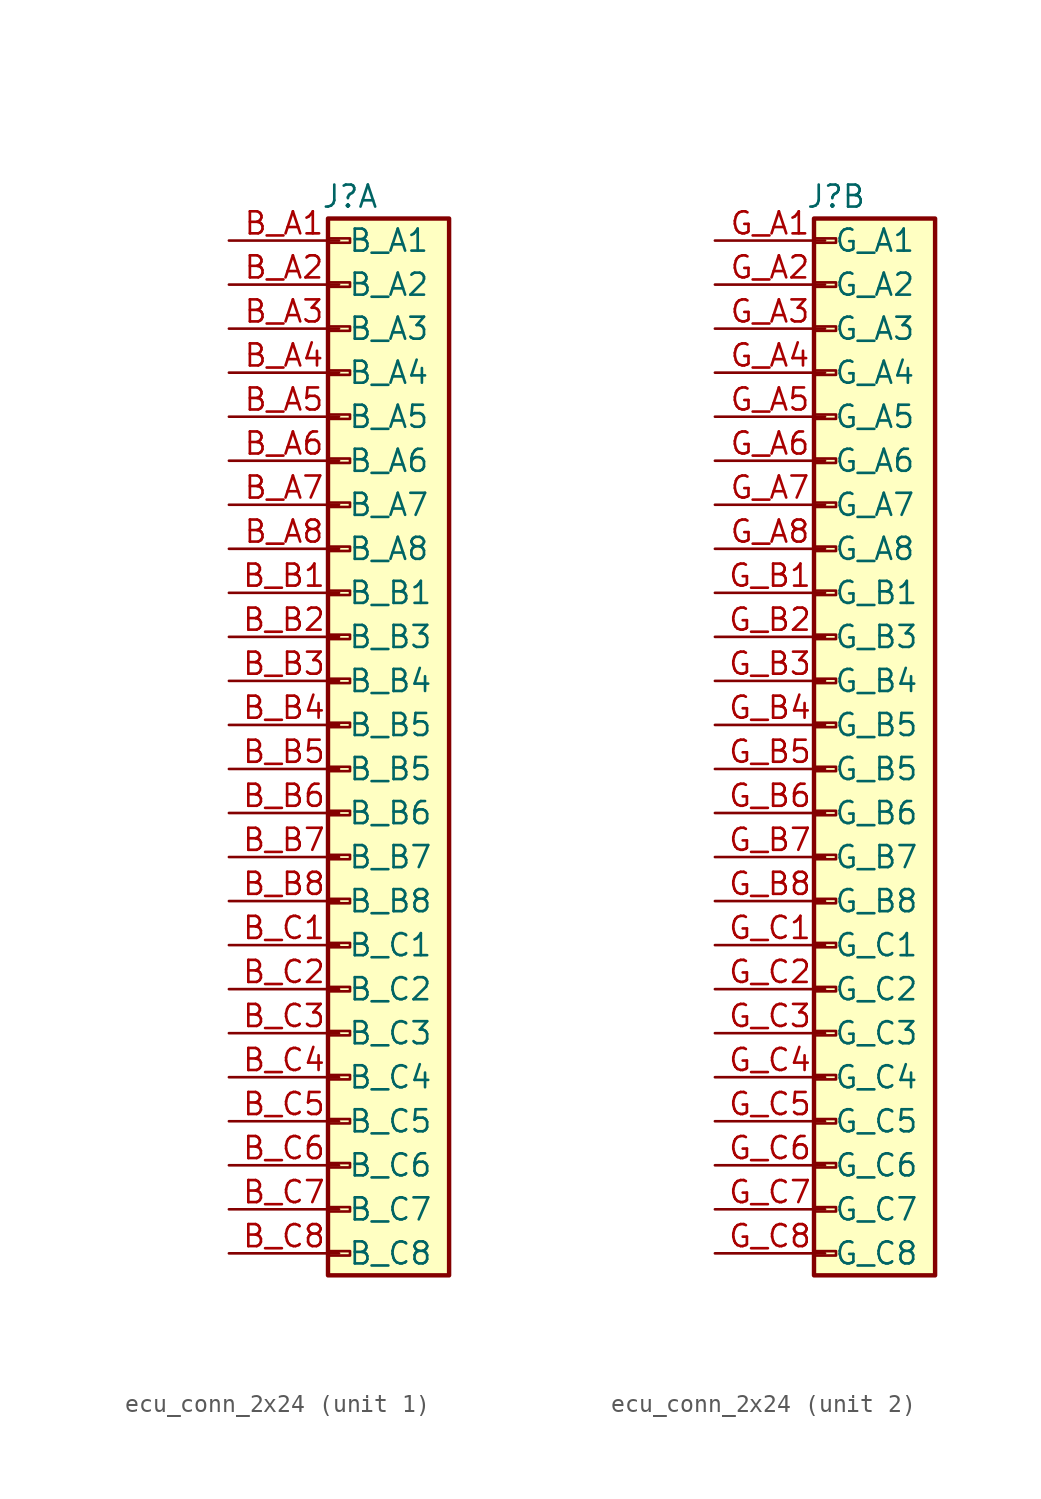
<source format=kicad_sym>
(kicad_symbol_lib
  (version 20231120)
  (generator "kicad_symbol_editor")
  (generator_version "8.0")
  (symbol "ecu_conn_2x24"
    (property "Reference" "J"
      (at 0 31.75 0)
      (effects (font (size 1.27 1.27))))
    (property "Value" ""
      (at -13.97 0 0)
      (effects (font (size 1.27 1.27))))
    (property "ki_locked" ""
      (at 0 0 0)
      (effects (font (size 1.27 1.27))))
    (symbol "ecu_conn_2x24_1_1"
      (rectangle (start -1.27 -29.083) (end 0 -29.337) (stroke (width 0.152) (type default)) (fill (type none)))
      (rectangle (start -1.27 -26.543) (end 0 -26.797) (stroke (width 0.152) (type default)) (fill (type none)))
      (rectangle (start -1.27 -24.003) (end 0 -24.257) (stroke (width 0.152) (type default)) (fill (type none)))
      (rectangle (start -1.27 -21.463) (end 0 -21.717) (stroke (width 0.152) (type default)) (fill (type none)))
      (rectangle (start -1.27 -18.923) (end 0 -19.177) (stroke (width 0.152) (type default)) (fill (type none)))
      (rectangle (start -1.27 -16.383) (end 0 -16.637) (stroke (width 0.152) (type default)) (fill (type none)))
      (rectangle (start -1.27 -13.843) (end 0 -14.097) (stroke (width 0.152) (type default)) (fill (type none)))
      (rectangle (start -1.27 -11.303) (end 0 -11.557) (stroke (width 0.152) (type default)) (fill (type none)))
      (rectangle (start -1.27 -8.763) (end 0 -9.017) (stroke (width 0.152) (type default)) (fill (type none)))
      (rectangle (start -1.27 -6.223) (end 0 -6.477) (stroke (width 0.152) (type default)) (fill (type none)))
      (rectangle (start -1.27 -3.683) (end 0 -3.937) (stroke (width 0.152) (type default)) (fill (type none)))
      (rectangle (start -1.27 -1.143) (end 0 -1.397) (stroke (width 0.152) (type default)) (fill (type none)))
      (rectangle (start -1.27 1.397) (end 0 1.143) (stroke (width 0.152) (type default)) (fill (type none)))
      (rectangle (start -1.27 3.937) (end 0 3.683) (stroke (width 0.152) (type default)) (fill (type none)))
      (rectangle (start -1.27 6.477) (end 0 6.223) (stroke (width 0.152) (type default)) (fill (type none)))
      (rectangle (start -1.27 9.017) (end 0 8.763) (stroke (width 0.152) (type default)) (fill (type none)))
      (rectangle (start -1.27 11.557) (end 0 11.303) (stroke (width 0.152) (type default)) (fill (type none)))
      (rectangle (start -1.27 14.097) (end 0 13.843) (stroke (width 0.152) (type default)) (fill (type none)))
      (rectangle (start -1.27 16.637) (end 0 16.383) (stroke (width 0.152) (type default)) (fill (type none)))
      (rectangle (start -1.27 19.177) (end 0 18.923) (stroke (width 0.152) (type default)) (fill (type none)))
      (rectangle (start -1.27 21.717) (end 0 21.463) (stroke (width 0.152) (type default)) (fill (type none)))
      (rectangle (start -1.27 24.257) (end 0 24.003) (stroke (width 0.152) (type default)) (fill (type none)))
      (rectangle (start -1.27 26.797) (end 0 26.543) (stroke (width 0.152) (type default)) (fill (type none)))
      (rectangle (start -1.27 29.337) (end 0 29.083) (stroke (width 0.152) (type default)) (fill (type none)))
      (rectangle (start -1.27 30.48) (end 5.715 -30.48) (stroke (width 0.254) (type default)) (fill (type background)))
      (pin passive line (at -6.985 29.21 0) (length 6.35) (name "B_A1" (effects (font (size 1.27 1.27)))) (number "B_A1" (effects (font (size 1.27 1.27)))))
      (pin passive line (at -6.985 26.67 0) (length 6.35) (name "B_A2" (effects (font (size 1.27 1.27)))) (number "B_A2" (effects (font (size 1.27 1.27)))))
      (pin passive line (at -6.985 24.13 0) (length 6.35) (name "B_A3" (effects (font (size 1.27 1.27)))) (number "B_A3" (effects (font (size 1.27 1.27)))))
      (pin passive line (at -6.985 21.59 0) (length 6.35) (name "B_A4" (effects (font (size 1.27 1.27)))) (number "B_A4" (effects (font (size 1.27 1.27)))))
      (pin passive line (at -6.985 19.05 0) (length 6.35) (name "B_A5" (effects (font (size 1.27 1.27)))) (number "B_A5" (effects (font (size 1.27 1.27)))))
      (pin passive line (at -6.985 16.51 0) (length 6.35) (name "B_A6" (effects (font (size 1.27 1.27)))) (number "B_A6" (effects (font (size 1.27 1.27)))))
      (pin passive line (at -6.985 13.97 0) (length 6.35) (name "B_A7" (effects (font (size 1.27 1.27)))) (number "B_A7" (effects (font (size 1.27 1.27)))))
      (pin passive line (at -6.985 11.43 0) (length 6.35) (name "B_A8" (effects (font (size 1.27 1.27)))) (number "B_A8" (effects (font (size 1.27 1.27)))))
      (pin passive line (at -6.985 8.89 0) (length 6.35) (name "B_B1" (effects (font (size 1.27 1.27)))) (number "B_B1" (effects (font (size 1.27 1.27)))))
      (pin passive line (at -6.985 6.35 0) (length 6.35) (name "B_B3" (effects (font (size 1.27 1.27)))) (number "B_B2" (effects (font (size 1.27 1.27)))))
      (pin passive line (at -6.985 3.81 0) (length 6.35) (name "B_B4" (effects (font (size 1.27 1.27)))) (number "B_B3" (effects (font (size 1.27 1.27)))))
      (pin passive line (at -6.985 1.27 0) (length 6.35) (name "B_B5" (effects (font (size 1.27 1.27)))) (number "B_B4" (effects (font (size 1.27 1.27)))))
      (pin passive line (at -6.985 -1.27 0) (length 6.35) (name "B_B5" (effects (font (size 1.27 1.27)))) (number "B_B5" (effects (font (size 1.27 1.27)))))
      (pin passive line (at -6.985 -3.81 0) (length 6.35) (name "B_B6" (effects (font (size 1.27 1.27)))) (number "B_B6" (effects (font (size 1.27 1.27)))))
      (pin passive line (at -6.985 -6.35 0) (length 6.35) (name "B_B7" (effects (font (size 1.27 1.27)))) (number "B_B7" (effects (font (size 1.27 1.27)))))
      (pin passive line (at -6.985 -8.89 0) (length 6.35) (name "B_B8" (effects (font (size 1.27 1.27)))) (number "B_B8" (effects (font (size 1.27 1.27)))))
      (pin passive line (at -6.985 -11.43 0) (length 6.35) (name "B_C1" (effects (font (size 1.27 1.27)))) (number "B_C1" (effects (font (size 1.27 1.27)))))
      (pin passive line (at -6.985 -13.97 0) (length 6.35) (name "B_C2" (effects (font (size 1.27 1.27)))) (number "B_C2" (effects (font (size 1.27 1.27)))))
      (pin passive line (at -6.985 -16.51 0) (length 6.35) (name "B_C3" (effects (font (size 1.27 1.27)))) (number "B_C3" (effects (font (size 1.27 1.27)))))
      (pin passive line (at -6.985 -19.05 0) (length 6.35) (name "B_C4" (effects (font (size 1.27 1.27)))) (number "B_C4" (effects (font (size 1.27 1.27)))))
      (pin passive line (at -6.985 -21.59 0) (length 6.35) (name "B_C5" (effects (font (size 1.27 1.27)))) (number "B_C5" (effects (font (size 1.27 1.27)))))
      (pin passive line (at -6.985 -24.13 0) (length 6.35) (name "B_C6" (effects (font (size 1.27 1.27)))) (number "B_C6" (effects (font (size 1.27 1.27)))))
      (pin passive line (at -6.985 -26.67 0) (length 6.35) (name "B_C7" (effects (font (size 1.27 1.27)))) (number "B_C7" (effects (font (size 1.27 1.27)))))
      (pin passive line (at -6.985 -29.21 0) (length 6.35) (name "B_C8" (effects (font (size 1.27 1.27)))) (number "B_C8" (effects (font (size 1.27 1.27))))))
    (symbol "ecu_conn_2x24_2_1"
      (rectangle (start -1.27 -29.083) (end 0 -29.337) (stroke (width 0.152) (type default)) (fill (type none)))
      (rectangle (start -1.27 -26.543) (end 0 -26.797) (stroke (width 0.152) (type default)) (fill (type none)))
      (rectangle (start -1.27 -24.003) (end 0 -24.257) (stroke (width 0.152) (type default)) (fill (type none)))
      (rectangle (start -1.27 -21.463) (end 0 -21.717) (stroke (width 0.152) (type default)) (fill (type none)))
      (rectangle (start -1.27 -18.923) (end 0 -19.177) (stroke (width 0.152) (type default)) (fill (type none)))
      (rectangle (start -1.27 -16.383) (end 0 -16.637) (stroke (width 0.152) (type default)) (fill (type none)))
      (rectangle (start -1.27 -13.843) (end 0 -14.097) (stroke (width 0.152) (type default)) (fill (type none)))
      (rectangle (start -1.27 -11.303) (end 0 -11.557) (stroke (width 0.152) (type default)) (fill (type none)))
      (rectangle (start -1.27 -8.763) (end 0 -9.017) (stroke (width 0.152) (type default)) (fill (type none)))
      (rectangle (start -1.27 -6.223) (end 0 -6.477) (stroke (width 0.152) (type default)) (fill (type none)))
      (rectangle (start -1.27 -3.683) (end 0 -3.937) (stroke (width 0.152) (type default)) (fill (type none)))
      (rectangle (start -1.27 -1.143) (end 0 -1.397) (stroke (width 0.152) (type default)) (fill (type none)))
      (rectangle (start -1.27 1.397) (end 0 1.143) (stroke (width 0.152) (type default)) (fill (type none)))
      (rectangle (start -1.27 3.937) (end 0 3.683) (stroke (width 0.152) (type default)) (fill (type none)))
      (rectangle (start -1.27 6.477) (end 0 6.223) (stroke (width 0.152) (type default)) (fill (type none)))
      (rectangle (start -1.27 9.017) (end 0 8.763) (stroke (width 0.152) (type default)) (fill (type none)))
      (rectangle (start -1.27 11.557) (end 0 11.303) (stroke (width 0.152) (type default)) (fill (type none)))
      (rectangle (start -1.27 14.097) (end 0 13.843) (stroke (width 0.152) (type default)) (fill (type none)))
      (rectangle (start -1.27 16.637) (end 0 16.383) (stroke (width 0.152) (type default)) (fill (type none)))
      (rectangle (start -1.27 19.177) (end 0 18.923) (stroke (width 0.152) (type default)) (fill (type none)))
      (rectangle (start -1.27 21.717) (end 0 21.463) (stroke (width 0.152) (type default)) (fill (type none)))
      (rectangle (start -1.27 24.257) (end 0 24.003) (stroke (width 0.152) (type default)) (fill (type none)))
      (rectangle (start -1.27 26.797) (end 0 26.543) (stroke (width 0.152) (type default)) (fill (type none)))
      (rectangle (start -1.27 29.337) (end 0 29.083) (stroke (width 0.152) (type default)) (fill (type none)))
      (rectangle (start -1.27 30.48) (end 5.715 -30.48) (stroke (width 0.254) (type default)) (fill (type background)))
      (pin passive line (at -6.985 29.21 0) (length 6.35) (name "G_A1" (effects (font (size 1.27 1.27)))) (number "G_A1" (effects (font (size 1.27 1.27)))))
      (pin passive line (at -6.985 26.67 0) (length 6.35) (name "G_A2" (effects (font (size 1.27 1.27)))) (number "G_A2" (effects (font (size 1.27 1.27)))))
      (pin passive line (at -6.985 24.13 0) (length 6.35) (name "G_A3" (effects (font (size 1.27 1.27)))) (number "G_A3" (effects (font (size 1.27 1.27)))))
      (pin passive line (at -6.985 21.59 0) (length 6.35) (name "G_A4" (effects (font (size 1.27 1.27)))) (number "G_A4" (effects (font (size 1.27 1.27)))))
      (pin passive line (at -6.985 19.05 0) (length 6.35) (name "G_A5" (effects (font (size 1.27 1.27)))) (number "G_A5" (effects (font (size 1.27 1.27)))))
      (pin passive line (at -6.985 16.51 0) (length 6.35) (name "G_A6" (effects (font (size 1.27 1.27)))) (number "G_A6" (effects (font (size 1.27 1.27)))))
      (pin passive line (at -6.985 13.97 0) (length 6.35) (name "G_A7" (effects (font (size 1.27 1.27)))) (number "G_A7" (effects (font (size 1.27 1.27)))))
      (pin passive line (at -6.985 11.43 0) (length 6.35) (name "G_A8" (effects (font (size 1.27 1.27)))) (number "G_A8" (effects (font (size 1.27 1.27)))))
      (pin passive line (at -6.985 8.89 0) (length 6.35) (name "G_B1" (effects (font (size 1.27 1.27)))) (number "G_B1" (effects (font (size 1.27 1.27)))))
      (pin passive line (at -6.985 6.35 0) (length 6.35) (name "G_B3" (effects (font (size 1.27 1.27)))) (number "G_B2" (effects (font (size 1.27 1.27)))))
      (pin passive line (at -6.985 3.81 0) (length 6.35) (name "G_B4" (effects (font (size 1.27 1.27)))) (number "G_B3" (effects (font (size 1.27 1.27)))))
      (pin passive line (at -6.985 1.27 0) (length 6.35) (name "G_B5" (effects (font (size 1.27 1.27)))) (number "G_B4" (effects (font (size 1.27 1.27)))))
      (pin passive line (at -6.985 -1.27 0) (length 6.35) (name "G_B5" (effects (font (size 1.27 1.27)))) (number "G_B5" (effects (font (size 1.27 1.27)))))
      (pin passive line (at -6.985 -3.81 0) (length 6.35) (name "G_B6" (effects (font (size 1.27 1.27)))) (number "G_B6" (effects (font (size 1.27 1.27)))))
      (pin passive line (at -6.985 -6.35 0) (length 6.35) (name "G_B7" (effects (font (size 1.27 1.27)))) (number "G_B7" (effects (font (size 1.27 1.27)))))
      (pin passive line (at -6.985 -8.89 0) (length 6.35) (name "G_B8" (effects (font (size 1.27 1.27)))) (number "G_B8" (effects (font (size 1.27 1.27)))))
      (pin passive line (at -6.985 -11.43 0) (length 6.35) (name "G_C1" (effects (font (size 1.27 1.27)))) (number "G_C1" (effects (font (size 1.27 1.27)))))
      (pin passive line (at -6.985 -13.97 0) (length 6.35) (name "G_C2" (effects (font (size 1.27 1.27)))) (number "G_C2" (effects (font (size 1.27 1.27)))))
      (pin passive line (at -6.985 -16.51 0) (length 6.35) (name "G_C3" (effects (font (size 1.27 1.27)))) (number "G_C3" (effects (font (size 1.27 1.27)))))
      (pin passive line (at -6.985 -19.05 0) (length 6.35) (name "G_C4" (effects (font (size 1.27 1.27)))) (number "G_C4" (effects (font (size 1.27 1.27)))))
      (pin passive line (at -6.985 -21.59 0) (length 6.35) (name "G_C5" (effects (font (size 1.27 1.27)))) (number "G_C5" (effects (font (size 1.27 1.27)))))
      (pin passive line (at -6.985 -24.13 0) (length 6.35) (name "G_C6" (effects (font (size 1.27 1.27)))) (number "G_C6" (effects (font (size 1.27 1.27)))))
      (pin passive line (at -6.985 -26.67 0) (length 6.35) (name "G_C7" (effects (font (size 1.27 1.27)))) (number "G_C7" (effects (font (size 1.27 1.27)))))
      (pin passive line (at -6.985 -29.21 0) (length 6.35) (name "G_C8" (effects (font (size 1.27 1.27)))) (number "G_C8" (effects (font (size 1.27 1.27))))))))
</source>
